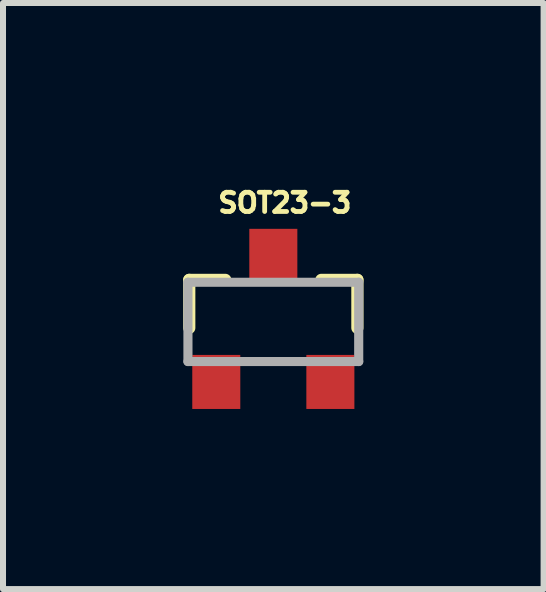
<source format=kicad_pcb>
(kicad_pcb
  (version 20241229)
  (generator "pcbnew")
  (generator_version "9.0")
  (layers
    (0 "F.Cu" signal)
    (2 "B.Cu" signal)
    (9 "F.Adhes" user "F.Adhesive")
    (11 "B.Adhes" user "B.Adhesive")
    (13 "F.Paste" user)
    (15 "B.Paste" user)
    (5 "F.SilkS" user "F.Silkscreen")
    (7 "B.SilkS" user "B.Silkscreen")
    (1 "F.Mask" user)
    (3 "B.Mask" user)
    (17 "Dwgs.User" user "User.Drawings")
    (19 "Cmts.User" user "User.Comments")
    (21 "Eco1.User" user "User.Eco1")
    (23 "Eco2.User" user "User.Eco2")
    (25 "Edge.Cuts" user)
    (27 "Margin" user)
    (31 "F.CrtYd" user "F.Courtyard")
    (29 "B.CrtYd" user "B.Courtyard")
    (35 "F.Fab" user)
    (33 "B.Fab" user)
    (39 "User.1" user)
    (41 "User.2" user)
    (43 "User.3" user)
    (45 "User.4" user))
  (footprint "SOT23-3"
    (layer "F.Cu")
    (at 1.502 2.311)
    (property "Reference" "SOT23-3" (at 0.191 -1.983 0) (layer "F.SilkS") (effects (font (size 0.32 0.32) (thickness 0.15))))
    (attr smd)
    (fp_line (start -1.4 -0.7) (end -1.4 0.1) (stroke (width 0.203) (type solid)) (layer "F.SilkS"))
    (fp_line (start -0.8 -0.7) (end -1.4 -0.7) (stroke (width 0.203) (type solid)) (layer "F.SilkS"))
    (fp_line (start 0.8 -0.7) (end 1.4 -0.7) (stroke (width 0.203) (type solid)) (layer "F.SilkS"))
    (fp_line (start 1.4 -0.7) (end 1.4 0.1) (stroke (width 0.203) (type solid)) (layer "F.SilkS"))
    (fp_line (start -1.422 -0.66) (end 1.422 -0.66) (stroke (width 0.152) (type solid)) (layer "F.Fab"))
    (fp_line (start -1.422 0.66) (end -1.422 -0.66) (stroke (width 0.152) (type solid)) (layer "F.Fab"))
    (fp_line (start 1.422 -0.66) (end 1.422 0.66) (stroke (width 0.152) (type solid)) (layer "F.Fab"))
    (fp_line (start 1.422 0.66) (end -1.422 0.66) (stroke (width 0.152) (type solid)) (layer "F.Fab"))
    (pad "1" smd rect (at -0.95 1) (size 0.8 0.9) (layers "F.Cu" "F.Mask" "F.Paste"))
    (pad "2" smd rect (at 0.95 1) (size 0.8 0.9) (layers "F.Cu" "F.Mask" "F.Paste"))
    (pad "3" smd rect (at 0 -1.1) (size 0.8 0.9) (layers "F.Cu" "F.Mask" "F.Paste")))
  (gr_rect
    (start -3 -3)
    (end 6.003 6.761)
    (stroke (width 0.1) (type default))
    (fill no)
    (layer "Edge.Cuts")))
</source>
